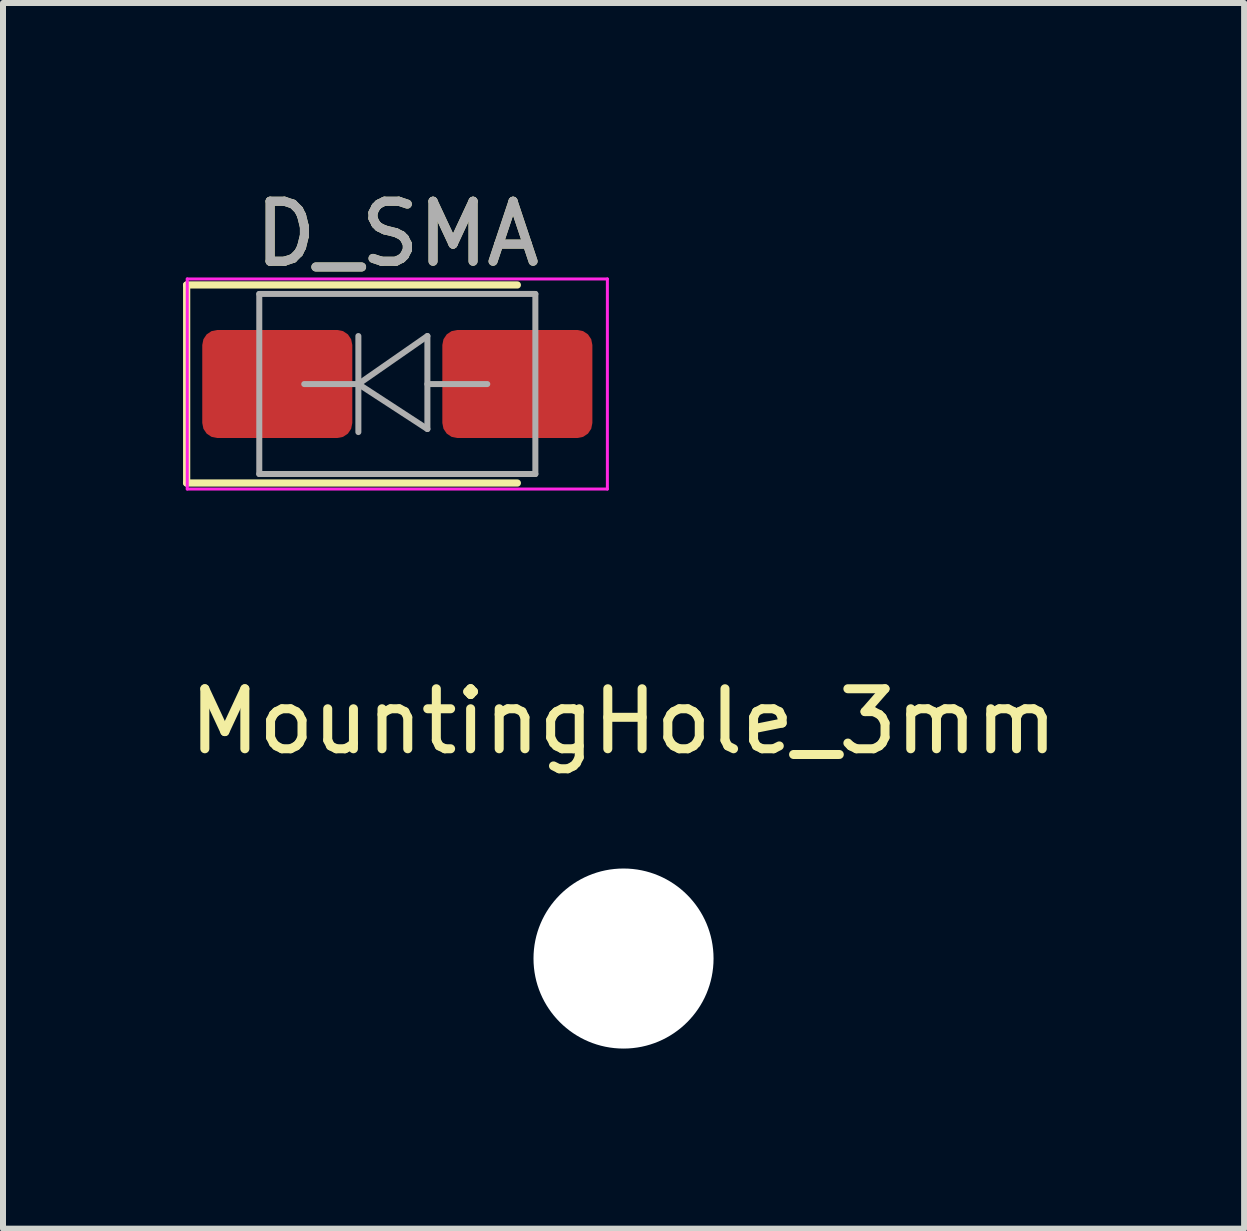
<source format=kicad_pcb>
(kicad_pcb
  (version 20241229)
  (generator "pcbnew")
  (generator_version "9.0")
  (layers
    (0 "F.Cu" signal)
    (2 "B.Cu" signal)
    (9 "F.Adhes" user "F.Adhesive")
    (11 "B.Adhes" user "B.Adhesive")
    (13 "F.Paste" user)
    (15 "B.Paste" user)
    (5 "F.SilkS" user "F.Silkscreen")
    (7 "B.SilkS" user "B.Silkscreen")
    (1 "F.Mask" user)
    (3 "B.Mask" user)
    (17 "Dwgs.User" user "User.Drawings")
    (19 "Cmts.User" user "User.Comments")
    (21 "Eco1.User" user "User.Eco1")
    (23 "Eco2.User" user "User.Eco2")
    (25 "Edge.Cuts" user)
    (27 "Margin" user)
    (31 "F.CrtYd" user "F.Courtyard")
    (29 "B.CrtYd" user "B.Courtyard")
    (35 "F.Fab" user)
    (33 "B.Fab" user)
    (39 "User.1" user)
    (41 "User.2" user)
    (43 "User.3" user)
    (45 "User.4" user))
  (footprint "MountingHole_3mm"
    (layer "F.Cu")
    (at 7.339 12.921)
    (property "Reference" "MountingHole_3mm" (at 0 -3.95 0) (layer "F.SilkS") (effects (font (size 1 1) (thickness 0.15))))
    (attr exclude_from_pos_files exclude_from_bom)
    (pad "" np_thru_hole circle (at 0 0) (size 3 3) (drill 3) (layers "*.Cu" "*.Mask")))
  (footprint "D_SMA"
    (layer "F.Cu")
    (at 3.57 3.348)
    (property "Reference" "D_SMA" (at 0 -2.5 0) (layer "F.SilkS") (effects (font (size 1 1) (thickness 0.15))))
    (attr smd)
    (fp_line (start -3.51 -1.65) (end -3.51 1.65) (stroke (width 0.12) (type solid)) (layer "F.SilkS"))
    (fp_line (start -3.51 -1.65) (end 2 -1.65) (stroke (width 0.12) (type solid)) (layer "F.SilkS"))
    (fp_line (start -3.51 1.65) (end 2 1.65) (stroke (width 0.12) (type solid)) (layer "F.SilkS"))
    (fp_line (start -3.5 -1.75) (end 3.5 -1.75) (stroke (width 0.05) (type solid)) (layer "F.CrtYd"))
    (fp_line (start -3.5 1.75) (end -3.5 -1.75) (stroke (width 0.05) (type solid)) (layer "F.CrtYd"))
    (fp_line (start 3.5 -1.75) (end 3.5 1.75) (stroke (width 0.05) (type solid)) (layer "F.CrtYd"))
    (fp_line (start 3.5 1.75) (end -3.5 1.75) (stroke (width 0.05) (type solid)) (layer "F.CrtYd"))
    (fp_line (start -2.3 1.5) (end -2.3 -1.5) (stroke (width 0.1) (type solid)) (layer "F.Fab"))
    (fp_line (start -0.649 -0.799) (end -0.649 0.801) (stroke (width 0.1) (type solid)) (layer "F.Fab"))
    (fp_line (start -0.649 0.001) (end -1.551 0.001) (stroke (width 0.1) (type solid)) (layer "F.Fab"))
    (fp_line (start -0.649 0.001) (end 0.501 -0.799) (stroke (width 0.1) (type solid)) (layer "F.Fab"))
    (fp_line (start -0.649 0.001) (end 0.501 0.75) (stroke (width 0.1) (type solid)) (layer "F.Fab"))
    (fp_line (start 0.501 0.001) (end 1.499 0.001) (stroke (width 0.1) (type solid)) (layer "F.Fab"))
    (fp_line (start 0.501 0.75) (end 0.501 -0.799) (stroke (width 0.1) (type solid)) (layer "F.Fab"))
    (fp_line (start 2.3 -1.5) (end -2.3 -1.5) (stroke (width 0.1) (type solid)) (layer "F.Fab"))
    (fp_line (start 2.3 -1.5) (end 2.3 1.5) (stroke (width 0.1) (type solid)) (layer "F.Fab"))
    (fp_line (start 2.3 1.5) (end -2.3 1.5) (stroke (width 0.1) (type solid)) (layer "F.Fab"))
    (fp_text user "${REFERENCE}" (at 0 -2.5 0) (layer "F.Fab") (effects (font (size 1 1) (thickness 0.15))))
    (pad "1" smd roundrect (at -2 0) (size 2.5 1.8) (layers "F.Cu" "F.Mask" "F.Paste") (roundrect_rratio 0.139))
    (pad "2" smd roundrect (at 2 0) (size 2.5 1.8) (layers "F.Cu" "F.Mask" "F.Paste") (roundrect_rratio 0.139)))
  (gr_rect
    (start -3 -3)
    (end 17.679 17.422)
    (stroke (width 0.1) (type default))
    (fill no)
    (layer "Edge.Cuts")))
</source>
